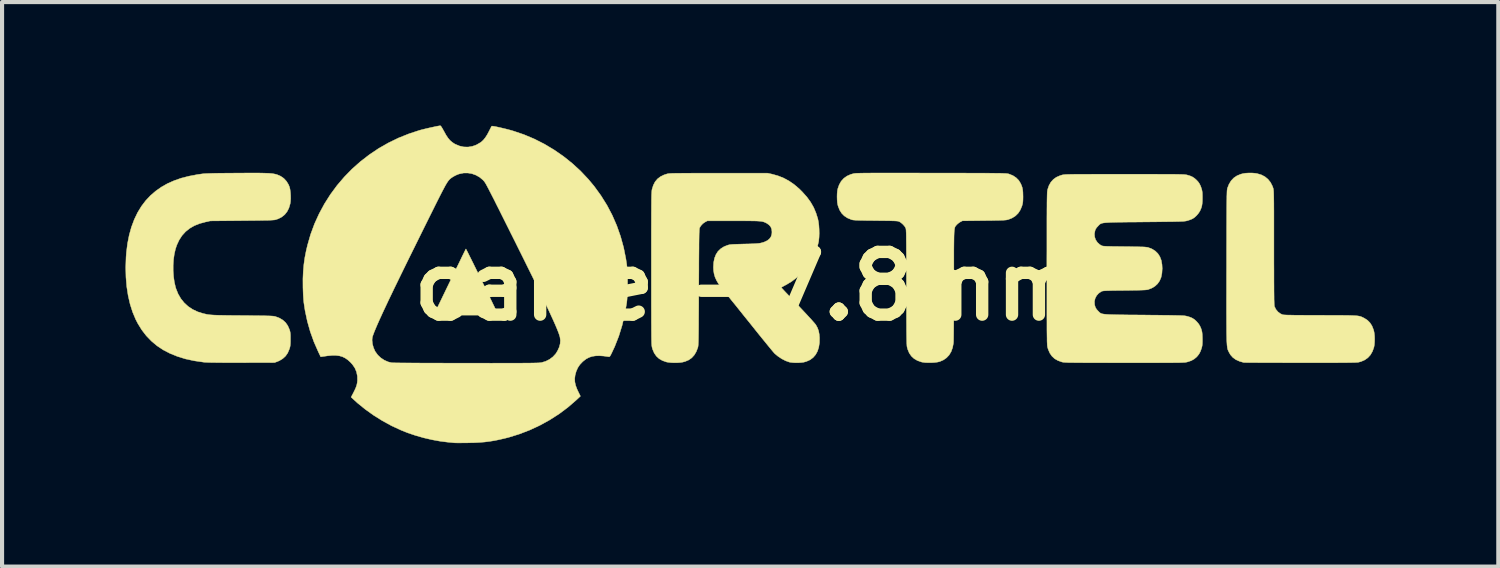
<source format=kicad_pcb>
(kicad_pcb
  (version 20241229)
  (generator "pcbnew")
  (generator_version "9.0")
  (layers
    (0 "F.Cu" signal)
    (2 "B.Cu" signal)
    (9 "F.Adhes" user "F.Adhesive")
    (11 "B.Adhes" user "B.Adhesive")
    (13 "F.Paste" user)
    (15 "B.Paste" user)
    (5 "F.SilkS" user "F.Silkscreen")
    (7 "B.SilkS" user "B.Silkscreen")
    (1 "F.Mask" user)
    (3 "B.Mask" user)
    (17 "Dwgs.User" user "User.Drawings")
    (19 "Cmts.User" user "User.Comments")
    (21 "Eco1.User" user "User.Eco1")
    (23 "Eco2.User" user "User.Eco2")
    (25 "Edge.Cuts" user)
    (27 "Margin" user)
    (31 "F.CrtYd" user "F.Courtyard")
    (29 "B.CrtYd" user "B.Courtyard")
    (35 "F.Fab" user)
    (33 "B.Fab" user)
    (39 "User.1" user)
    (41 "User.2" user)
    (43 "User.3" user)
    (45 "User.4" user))
  (footprint "cartel-7.8mm"
    (layer "F.Cu")
    (at 15.119 3.906)
    (property "Reference" "cartel-7.8mm" (at 0 0 0) (layer "F.SilkS") (effects (font (size 1.524 1.524) (thickness 0.3))))
    (attr through_hole)
    (fp_poly (pts (xy -6.843 -0.899) (xy -6.83 -0.875) (xy -6.809 -0.835) (xy -6.782 -0.781) (xy -6.75 -0.716) (xy -6.712 -0.64) (xy -6.67 -0.556) (xy -6.625 -0.464) (xy -6.577 -0.367) (xy -6.528 -0.266) (xy -6.477 -0.162) (xy -6.426 -0.057) (xy -6.375 0.047) (xy -6.326 0.148) (xy -6.279 0.246) (xy -6.234 0.338) (xy -6.193 0.423) (xy -6.156 0.499) (xy -6.125 0.565) (xy -6.099 0.619) (xy -6.08 0.66) (xy -6.069 0.686) (xy -6.066 0.695) (xy -6.075 0.696) (xy -6.104 0.697) (xy -6.15 0.698) (xy -6.212 0.698) (xy -6.287 0.699) (xy -6.375 0.7) (xy -6.475 0.7) (xy -6.583 0.701) (xy -6.7 0.701) (xy -6.823 0.701) (xy -6.847 0.701) (xy -7.629 0.701) (xy -7.535 0.505) (xy -7.465 0.361) (xy -7.397 0.22) (xy -7.33 0.081) (xy -7.265 -0.053) (xy -7.202 -0.182) (xy -7.143 -0.304) (xy -7.088 -0.418) (xy -7.036 -0.523) (xy -6.99 -0.618) (xy -6.95 -0.702) (xy -6.915 -0.773) (xy -6.887 -0.83) (xy -6.866 -0.872) (xy -6.853 -0.898) (xy -6.848 -0.907) (xy -6.843 -0.899)) (stroke (width 0.01) (type solid)) (fill yes) (layer "F.SilkS"))
    (fp_poly (pts (xy -11.917 -2.752) (xy -11.828 -2.751) (xy -11.753 -2.749) (xy -11.688 -2.747) (xy -11.633 -2.745) (xy -11.587 -2.741) (xy -11.547 -2.737) (xy -11.513 -2.731) (xy -11.483 -2.725) (xy -11.455 -2.718) (xy -11.438 -2.713) (xy -11.35 -2.675) (xy -11.273 -2.622) (xy -11.209 -2.553) (xy -11.159 -2.472) (xy -11.134 -2.41) (xy -11.121 -2.354) (xy -11.112 -2.283) (xy -11.107 -2.206) (xy -11.106 -2.128) (xy -11.111 -2.055) (xy -11.119 -2.002) (xy -11.149 -1.901) (xy -11.193 -1.814) (xy -11.25 -1.742) (xy -11.323 -1.683) (xy -11.409 -1.639) (xy -11.466 -1.62) (xy -11.479 -1.616) (xy -11.494 -1.613) (xy -11.514 -1.611) (xy -11.539 -1.609) (xy -11.57 -1.607) (xy -11.611 -1.605) (xy -11.66 -1.603) (xy -11.721 -1.602) (xy -11.795 -1.601) (xy -11.883 -1.599) (xy -11.986 -1.598) (xy -12.106 -1.597) (xy -12.244 -1.595) (xy -12.294 -1.595) (xy -13.061 -1.588) (xy -13.178 -1.562) (xy -13.321 -1.523) (xy -13.45 -1.471) (xy -13.563 -1.405) (xy -13.661 -1.326) (xy -13.745 -1.233) (xy -13.815 -1.126) (xy -13.872 -1.004) (xy -13.905 -0.906) (xy -13.933 -0.785) (xy -13.952 -0.653) (xy -13.961 -0.513) (xy -13.961 -0.371) (xy -13.951 -0.232) (xy -13.932 -0.099) (xy -13.904 0.021) (xy -13.894 0.054) (xy -13.842 0.184) (xy -13.775 0.3) (xy -13.693 0.402) (xy -13.597 0.49) (xy -13.487 0.563) (xy -13.364 0.621) (xy -13.239 0.66) (xy -13.206 0.668) (xy -13.176 0.675) (xy -13.147 0.682) (xy -13.117 0.687) (xy -13.084 0.691) (xy -13.048 0.695) (xy -13.005 0.698) (xy -12.955 0.701) (xy -12.896 0.703) (xy -12.826 0.705) (xy -12.744 0.706) (xy -12.648 0.708) (xy -12.536 0.709) (xy -12.407 0.71) (xy -12.283 0.711) (xy -12.141 0.712) (xy -12.017 0.714) (xy -11.91 0.715) (xy -11.82 0.716) (xy -11.743 0.717) (xy -11.68 0.719) (xy -11.629 0.72) (xy -11.587 0.722) (xy -11.554 0.724) (xy -11.528 0.726) (xy -11.508 0.729) (xy -11.492 0.732) (xy -11.478 0.735) (xy -11.476 0.736) (xy -11.378 0.773) (xy -11.296 0.822) (xy -11.229 0.883) (xy -11.176 0.959) (xy -11.137 1.048) (xy -11.132 1.061) (xy -11.123 1.093) (xy -11.117 1.123) (xy -11.113 1.157) (xy -11.111 1.199) (xy -11.111 1.254) (xy -11.111 1.29) (xy -11.111 1.353) (xy -11.113 1.4) (xy -11.116 1.436) (xy -11.121 1.467) (xy -11.128 1.496) (xy -11.139 1.529) (xy -11.178 1.621) (xy -11.231 1.697) (xy -11.299 1.759) (xy -11.381 1.809) (xy -11.431 1.83) (xy -11.496 1.854) (xy -12.299 1.856) (xy -12.46 1.856) (xy -12.602 1.856) (xy -12.726 1.856) (xy -12.834 1.855) (xy -12.926 1.854) (xy -13.004 1.853) (xy -13.07 1.852) (xy -13.124 1.85) (xy -13.168 1.848) (xy -13.203 1.846) (xy -13.223 1.844) (xy -13.449 1.811) (xy -13.659 1.766) (xy -13.855 1.706) (xy -14.036 1.633) (xy -14.202 1.547) (xy -14.354 1.446) (xy -14.491 1.331) (xy -14.615 1.202) (xy -14.725 1.059) (xy -14.822 0.901) (xy -14.873 0.802) (xy -14.947 0.625) (xy -15.008 0.433) (xy -15.055 0.228) (xy -15.089 0.01) (xy -15.108 -0.218) (xy -15.114 -0.456) (xy -15.106 -0.704) (xy -15.097 -0.823) (xy -15.07 -1.039) (xy -15.029 -1.245) (xy -14.975 -1.439) (xy -14.907 -1.621) (xy -14.826 -1.79) (xy -14.732 -1.945) (xy -14.626 -2.084) (xy -14.512 -2.205) (xy -14.384 -2.315) (xy -14.246 -2.412) (xy -14.098 -2.496) (xy -13.937 -2.567) (xy -13.763 -2.628) (xy -13.574 -2.676) (xy -13.369 -2.715) (xy -13.269 -2.729) (xy -13.239 -2.733) (xy -13.206 -2.736) (xy -13.166 -2.738) (xy -13.118 -2.74) (xy -13.062 -2.742) (xy -12.995 -2.744) (xy -12.915 -2.746) (xy -12.822 -2.747) (xy -12.713 -2.748) (xy -12.587 -2.749) (xy -12.443 -2.75) (xy -12.43 -2.75) (xy -12.275 -2.751) (xy -12.139 -2.752) (xy -12.02 -2.752) (xy -11.917 -2.752)) (stroke (width 0.01) (type solid)) (fill yes) (layer "F.SilkS"))
    (fp_poly (pts (xy 12.255 -2.752) (xy 12.329 -2.746) (xy 12.379 -2.738) (xy 12.48 -2.708) (xy 12.568 -2.662) (xy 12.643 -2.6) (xy 12.703 -2.525) (xy 12.75 -2.434) (xy 12.768 -2.382) (xy 12.771 -2.372) (xy 12.773 -2.361) (xy 12.775 -2.348) (xy 12.777 -2.33) (xy 12.779 -2.308) (xy 12.78 -2.28) (xy 12.781 -2.246) (xy 12.782 -2.203) (xy 12.783 -2.152) (xy 12.784 -2.09) (xy 12.785 -2.018) (xy 12.785 -1.933) (xy 12.786 -1.835) (xy 12.786 -1.724) (xy 12.786 -1.597) (xy 12.786 -1.453) (xy 12.786 -1.293) (xy 12.786 -1.114) (xy 12.786 -0.935) (xy 12.786 -0.734) (xy 12.786 -0.553) (xy 12.787 -0.391) (xy 12.787 -0.245) (xy 12.787 -0.117) (xy 12.788 -0.003) (xy 12.788 0.095) (xy 12.789 0.18) (xy 12.79 0.253) (xy 12.79 0.314) (xy 12.792 0.364) (xy 12.793 0.405) (xy 12.794 0.436) (xy 12.796 0.46) (xy 12.797 0.477) (xy 12.799 0.489) (xy 12.801 0.493) (xy 12.835 0.562) (xy 12.884 0.621) (xy 12.944 0.666) (xy 12.999 0.691) (xy 13.011 0.693) (xy 13.031 0.695) (xy 13.061 0.697) (xy 13.101 0.699) (xy 13.153 0.7) (xy 13.218 0.701) (xy 13.297 0.703) (xy 13.391 0.703) (xy 13.501 0.704) (xy 13.628 0.705) (xy 13.774 0.705) (xy 13.913 0.705) (xy 14.072 0.706) (xy 14.212 0.706) (xy 14.334 0.706) (xy 14.44 0.707) (xy 14.532 0.708) (xy 14.61 0.709) (xy 14.676 0.711) (xy 14.731 0.713) (xy 14.777 0.716) (xy 14.815 0.719) (xy 14.847 0.724) (xy 14.874 0.729) (xy 14.897 0.736) (xy 14.917 0.744) (xy 14.937 0.753) (xy 14.957 0.763) (xy 14.979 0.774) (xy 14.988 0.779) (xy 15.061 0.827) (xy 15.121 0.888) (xy 15.169 0.962) (xy 15.205 1.053) (xy 15.215 1.087) (xy 15.225 1.14) (xy 15.232 1.207) (xy 15.234 1.281) (xy 15.232 1.355) (xy 15.227 1.423) (xy 15.217 1.479) (xy 15.216 1.483) (xy 15.181 1.582) (xy 15.132 1.667) (xy 15.07 1.736) (xy 14.994 1.79) (xy 14.905 1.829) (xy 14.845 1.845) (xy 14.833 1.847) (xy 14.815 1.849) (xy 14.791 1.85) (xy 14.761 1.852) (xy 14.722 1.853) (xy 14.674 1.854) (xy 14.616 1.855) (xy 14.547 1.856) (xy 14.466 1.857) (xy 14.372 1.857) (xy 14.263 1.858) (xy 14.14 1.858) (xy 14.001 1.858) (xy 13.844 1.858) (xy 13.67 1.858) (xy 13.476 1.858) (xy 13.426 1.858) (xy 13.262 1.858) (xy 13.103 1.858) (xy 12.951 1.857) (xy 12.806 1.857) (xy 12.671 1.857) (xy 12.546 1.856) (xy 12.432 1.856) (xy 12.331 1.855) (xy 12.244 1.855) (xy 12.171 1.854) (xy 12.116 1.854) (xy 12.077 1.853) (xy 12.057 1.853) (xy 12.055 1.853) (xy 11.95 1.823) (xy 11.861 1.783) (xy 11.788 1.73) (xy 11.73 1.665) (xy 11.693 1.6) (xy 11.686 1.585) (xy 11.679 1.571) (xy 11.673 1.557) (xy 11.667 1.543) (xy 11.662 1.527) (xy 11.658 1.508) (xy 11.654 1.487) (xy 11.651 1.46) (xy 11.647 1.429) (xy 11.645 1.392) (xy 11.642 1.348) (xy 11.64 1.296) (xy 11.639 1.235) (xy 11.637 1.164) (xy 11.636 1.083) (xy 11.636 0.991) (xy 11.635 0.886) (xy 11.635 0.768) (xy 11.634 0.636) (xy 11.634 0.489) (xy 11.634 0.326) (xy 11.635 0.146) (xy 11.635 -0.052) (xy 11.635 -0.268) (xy 11.636 -0.478) (xy 11.636 -0.706) (xy 11.636 -0.914) (xy 11.637 -1.104) (xy 11.637 -1.277) (xy 11.637 -1.432) (xy 11.638 -1.572) (xy 11.638 -1.697) (xy 11.639 -1.808) (xy 11.639 -1.905) (xy 11.64 -1.99) (xy 11.641 -2.064) (xy 11.642 -2.128) (xy 11.642 -2.182) (xy 11.644 -2.227) (xy 11.645 -2.264) (xy 11.646 -2.295) (xy 11.647 -2.319) (xy 11.649 -2.339) (xy 11.651 -2.354) (xy 11.653 -2.366) (xy 11.655 -2.375) (xy 11.656 -2.381) (xy 11.695 -2.48) (xy 11.746 -2.564) (xy 11.81 -2.632) (xy 11.888 -2.685) (xy 11.979 -2.723) (xy 12.037 -2.738) (xy 12.101 -2.748) (xy 12.176 -2.752) (xy 12.255 -2.752)) (stroke (width 0.01) (type solid)) (fill yes) (layer "F.SilkS"))
    (fp_poly (pts (xy 3.67 -2.752) (xy 3.842 -2.752) (xy 4.031 -2.752) (xy 4.239 -2.751) (xy 4.465 -2.751) (xy 4.691 -2.751) (xy 4.897 -2.75) (xy 5.084 -2.75) (xy 5.254 -2.75) (xy 5.408 -2.749) (xy 5.545 -2.749) (xy 5.668 -2.749) (xy 5.776 -2.748) (xy 5.872 -2.748) (xy 5.956 -2.747) (xy 6.028 -2.746) (xy 6.09 -2.745) (xy 6.142 -2.745) (xy 6.187 -2.744) (xy 6.223 -2.742) (xy 6.253 -2.741) (xy 6.277 -2.74) (xy 6.296 -2.738) (xy 6.311 -2.736) (xy 6.324 -2.734) (xy 6.334 -2.732) (xy 6.342 -2.73) (xy 6.351 -2.727) (xy 6.351 -2.727) (xy 6.445 -2.689) (xy 6.523 -2.637) (xy 6.586 -2.573) (xy 6.633 -2.496) (xy 6.633 -2.496) (xy 6.655 -2.445) (xy 6.671 -2.397) (xy 6.681 -2.346) (xy 6.687 -2.289) (xy 6.689 -2.218) (xy 6.69 -2.174) (xy 6.689 -2.113) (xy 6.687 -2.067) (xy 6.683 -2.03) (xy 6.677 -1.998) (xy 6.668 -1.966) (xy 6.663 -1.948) (xy 6.623 -1.853) (xy 6.571 -1.774) (xy 6.506 -1.71) (xy 6.427 -1.66) (xy 6.333 -1.622) (xy 6.324 -1.62) (xy 6.308 -1.616) (xy 6.29 -1.612) (xy 6.267 -1.609) (xy 6.237 -1.607) (xy 6.199 -1.604) (xy 6.151 -1.603) (xy 6.091 -1.601) (xy 6.017 -1.6) (xy 5.928 -1.598) (xy 5.822 -1.597) (xy 5.74 -1.596) (xy 5.217 -1.59) (xy 5.165 -1.563) (xy 5.127 -1.538) (xy 5.091 -1.508) (xy 5.077 -1.493) (xy 5.067 -1.482) (xy 5.058 -1.472) (xy 5.051 -1.463) (xy 5.044 -1.453) (xy 5.038 -1.441) (xy 5.032 -1.426) (xy 5.028 -1.407) (xy 5.024 -1.383) (xy 5.02 -1.353) (xy 5.017 -1.316) (xy 5.015 -1.271) (xy 5.013 -1.216) (xy 5.012 -1.151) (xy 5.011 -1.075) (xy 5.01 -0.986) (xy 5.009 -0.884) (xy 5.009 -0.767) (xy 5.009 -0.635) (xy 5.009 -0.486) (xy 5.009 -0.319) (xy 5.009 -0.134) (xy 5.009 -0.031) (xy 5.009 0.155) (xy 5.008 0.332) (xy 5.008 0.499) (xy 5.008 0.654) (xy 5.007 0.797) (xy 5.006 0.927) (xy 5.005 1.043) (xy 5.004 1.143) (xy 5.003 1.228) (xy 5.002 1.295) (xy 5.001 1.344) (xy 4.999 1.374) (xy 4.999 1.381) (xy 4.978 1.492) (xy 4.943 1.589) (xy 4.894 1.671) (xy 4.83 1.739) (xy 4.753 1.792) (xy 4.666 1.83) (xy 4.61 1.843) (xy 4.541 1.852) (xy 4.463 1.857) (xy 4.384 1.857) (xy 4.309 1.854) (xy 4.245 1.845) (xy 4.218 1.839) (xy 4.122 1.805) (xy 4.042 1.758) (xy 3.977 1.698) (xy 3.925 1.623) (xy 3.888 1.534) (xy 3.875 1.487) (xy 3.872 1.475) (xy 3.87 1.461) (xy 3.868 1.444) (xy 3.867 1.421) (xy 3.865 1.393) (xy 3.864 1.358) (xy 3.863 1.315) (xy 3.862 1.263) (xy 3.861 1.202) (xy 3.86 1.129) (xy 3.859 1.045) (xy 3.859 0.947) (xy 3.858 0.835) (xy 3.858 0.709) (xy 3.858 0.566) (xy 3.857 0.406) (xy 3.857 0.227) (xy 3.857 0.03) (xy 3.857 0.02) (xy 3.857 -0.177) (xy 3.857 -0.355) (xy 3.856 -0.515) (xy 3.856 -0.658) (xy 3.856 -0.784) (xy 3.855 -0.895) (xy 3.855 -0.992) (xy 3.854 -1.076) (xy 3.853 -1.147) (xy 3.853 -1.208) (xy 3.852 -1.258) (xy 3.851 -1.299) (xy 3.849 -1.332) (xy 3.848 -1.358) (xy 3.846 -1.378) (xy 3.844 -1.392) (xy 3.842 -1.403) (xy 3.84 -1.411) (xy 3.839 -1.414) (xy 3.811 -1.46) (xy 3.77 -1.506) (xy 3.724 -1.545) (xy 3.69 -1.567) (xy 3.679 -1.572) (xy 3.668 -1.576) (xy 3.655 -1.58) (xy 3.639 -1.583) (xy 3.618 -1.585) (xy 3.589 -1.587) (xy 3.551 -1.589) (xy 3.503 -1.59) (xy 3.442 -1.592) (xy 3.367 -1.593) (xy 3.276 -1.594) (xy 3.168 -1.595) (xy 3.109 -1.596) (xy 2.989 -1.597) (xy 2.889 -1.598) (xy 2.804 -1.6) (xy 2.735 -1.601) (xy 2.679 -1.603) (xy 2.634 -1.604) (xy 2.599 -1.607) (xy 2.572 -1.609) (xy 2.551 -1.612) (xy 2.535 -1.615) (xy 2.52 -1.62) (xy 2.52 -1.62) (xy 2.424 -1.659) (xy 2.345 -1.711) (xy 2.282 -1.775) (xy 2.233 -1.853) (xy 2.197 -1.946) (xy 2.188 -1.978) (xy 2.178 -2.034) (xy 2.173 -2.103) (xy 2.171 -2.177) (xy 2.173 -2.251) (xy 2.179 -2.318) (xy 2.188 -2.367) (xy 2.223 -2.467) (xy 2.271 -2.552) (xy 2.334 -2.622) (xy 2.411 -2.677) (xy 2.502 -2.718) (xy 2.57 -2.737) (xy 2.581 -2.739) (xy 2.594 -2.741) (xy 2.61 -2.743) (xy 2.63 -2.745) (xy 2.655 -2.746) (xy 2.686 -2.747) (xy 2.724 -2.748) (xy 2.769 -2.749) (xy 2.823 -2.75) (xy 2.886 -2.751) (xy 2.96 -2.751) (xy 3.045 -2.752) (xy 3.142 -2.752) (xy 3.252 -2.752) (xy 3.377 -2.752) (xy 3.516 -2.752) (xy 3.67 -2.752)) (stroke (width 0.01) (type solid)) (fill yes) (layer "F.SilkS"))
    (fp_poly (pts (xy 0.589 -2.725) (xy 0.736 -2.684) (xy 0.874 -2.629) (xy 1.005 -2.558) (xy 1.132 -2.47) (xy 1.256 -2.364) (xy 1.327 -2.293) (xy 1.437 -2.17) (xy 1.528 -2.045) (xy 1.602 -1.916) (xy 1.66 -1.778) (xy 1.703 -1.641) (xy 1.718 -1.567) (xy 1.729 -1.479) (xy 1.735 -1.384) (xy 1.737 -1.287) (xy 1.734 -1.194) (xy 1.726 -1.111) (xy 1.723 -1.087) (xy 1.687 -0.934) (xy 1.634 -0.788) (xy 1.564 -0.648) (xy 1.475 -0.513) (xy 1.367 -0.381) (xy 1.326 -0.337) (xy 1.202 -0.22) (xy 1.072 -0.12) (xy 0.939 -0.039) (xy 0.921 -0.03) (xy 0.88 -0.008) (xy 0.846 0.011) (xy 0.823 0.025) (xy 0.815 0.031) (xy 0.815 0.032) (xy 0.823 0.04) (xy 0.843 0.061) (xy 0.874 0.095) (xy 0.916 0.14) (xy 0.967 0.193) (xy 1.025 0.255) (xy 1.091 0.324) (xy 1.161 0.398) (xy 1.218 0.458) (xy 1.293 0.537) (xy 1.365 0.614) (xy 1.432 0.685) (xy 1.492 0.751) (xy 1.546 0.809) (xy 1.59 0.859) (xy 1.624 0.898) (xy 1.646 0.924) (xy 1.654 0.935) (xy 1.694 1.007) (xy 1.722 1.083) (xy 1.738 1.168) (xy 1.745 1.25) (xy 1.743 1.373) (xy 1.726 1.483) (xy 1.695 1.579) (xy 1.649 1.663) (xy 1.589 1.732) (xy 1.516 1.787) (xy 1.429 1.826) (xy 1.363 1.845) (xy 1.305 1.853) (xy 1.237 1.858) (xy 1.166 1.859) (xy 1.097 1.855) (xy 1.038 1.848) (xy 1.012 1.843) (xy 0.919 1.81) (xy 0.823 1.76) (xy 0.727 1.695) (xy 0.657 1.636) (xy 0.644 1.623) (xy 0.62 1.595) (xy 0.586 1.554) (xy 0.541 1.5) (xy 0.488 1.435) (xy 0.428 1.361) (xy 0.36 1.278) (xy 0.287 1.188) (xy 0.21 1.092) (xy 0.129 0.991) (xy 0.068 0.914) (xy -0.017 0.809) (xy -0.1 0.706) (xy -0.179 0.607) (xy -0.254 0.513) (xy -0.324 0.426) (xy -0.388 0.348) (xy -0.443 0.279) (xy -0.491 0.22) (xy -0.528 0.175) (xy -0.555 0.142) (xy -0.565 0.13) (xy -0.645 0.032) (xy -0.708 -0.058) (xy -0.758 -0.142) (xy -0.794 -0.222) (xy -0.817 -0.302) (xy -0.83 -0.384) (xy -0.834 -0.462) (xy -0.827 -0.581) (xy -0.806 -0.685) (xy -0.77 -0.774) (xy -0.721 -0.85) (xy -0.656 -0.912) (xy -0.577 -0.962) (xy -0.493 -0.996) (xy -0.472 -1.002) (xy -0.451 -1.008) (xy -0.427 -1.012) (xy -0.398 -1.015) (xy -0.362 -1.018) (xy -0.315 -1.02) (xy -0.256 -1.022) (xy -0.181 -1.024) (xy -0.089 -1.027) (xy -0.086 -1.027) (xy 0.018 -1.029) (xy 0.104 -1.032) (xy 0.174 -1.035) (xy 0.229 -1.039) (xy 0.272 -1.043) (xy 0.305 -1.048) (xy 0.319 -1.051) (xy 0.407 -1.077) (xy 0.478 -1.111) (xy 0.53 -1.154) (xy 0.566 -1.205) (xy 0.585 -1.266) (xy 0.589 -1.318) (xy 0.582 -1.387) (xy 0.559 -1.444) (xy 0.519 -1.491) (xy 0.462 -1.531) (xy 0.46 -1.532) (xy 0.438 -1.543) (xy 0.417 -1.553) (xy 0.397 -1.561) (xy 0.374 -1.568) (xy 0.349 -1.574) (xy 0.318 -1.579) (xy 0.281 -1.582) (xy 0.235 -1.585) (xy 0.179 -1.587) (xy 0.112 -1.588) (xy 0.031 -1.589) (xy -0.064 -1.59) (xy -0.176 -1.59) (xy -0.307 -1.59) (xy -0.98 -1.59) (xy -1.032 -1.563) (xy -1.09 -1.523) (xy -1.138 -1.471) (xy -1.167 -1.423) (xy -1.169 -1.417) (xy -1.172 -1.407) (xy -1.174 -1.394) (xy -1.175 -1.375) (xy -1.177 -1.351) (xy -1.178 -1.32) (xy -1.18 -1.28) (xy -1.181 -1.232) (xy -1.182 -1.174) (xy -1.183 -1.104) (xy -1.184 -1.023) (xy -1.184 -0.929) (xy -1.185 -0.82) (xy -1.186 -0.697) (xy -1.187 -0.558) (xy -1.187 -0.401) (xy -1.188 -0.227) (xy -1.189 -0.033) (xy -1.189 0.02) (xy -1.19 0.218) (xy -1.19 0.397) (xy -1.191 0.558) (xy -1.192 0.701) (xy -1.193 0.828) (xy -1.193 0.94) (xy -1.194 1.038) (xy -1.195 1.123) (xy -1.196 1.196) (xy -1.197 1.258) (xy -1.198 1.31) (xy -1.199 1.352) (xy -1.201 1.388) (xy -1.202 1.416) (xy -1.204 1.438) (xy -1.206 1.456) (xy -1.208 1.469) (xy -1.21 1.48) (xy -1.212 1.488) (xy -1.25 1.588) (xy -1.299 1.671) (xy -1.36 1.739) (xy -1.434 1.791) (xy -1.521 1.828) (xy -1.582 1.844) (xy -1.643 1.853) (xy -1.715 1.858) (xy -1.793 1.859) (xy -1.869 1.855) (xy -1.937 1.847) (xy -1.979 1.839) (xy -2.074 1.805) (xy -2.154 1.759) (xy -2.22 1.698) (xy -2.272 1.623) (xy -2.311 1.532) (xy -2.324 1.486) (xy -2.326 1.476) (xy -2.328 1.465) (xy -2.33 1.451) (xy -2.332 1.434) (xy -2.333 1.412) (xy -2.335 1.385) (xy -2.336 1.351) (xy -2.337 1.311) (xy -2.338 1.262) (xy -2.339 1.205) (xy -2.339 1.137) (xy -2.34 1.059) (xy -2.34 0.969) (xy -2.341 0.867) (xy -2.341 0.751) (xy -2.341 0.621) (xy -2.342 0.475) (xy -2.342 0.314) (xy -2.342 0.135) (xy -2.342 -0.061) (xy -2.342 -0.277) (xy -2.342 -0.432) (xy -2.342 -0.66) (xy -2.342 -0.869) (xy -2.342 -1.059) (xy -2.342 -1.231) (xy -2.342 -1.387) (xy -2.341 -1.527) (xy -2.341 -1.652) (xy -2.341 -1.764) (xy -2.34 -1.862) (xy -2.34 -1.948) (xy -2.339 -2.022) (xy -2.339 -2.087) (xy -2.338 -2.142) (xy -2.337 -2.188) (xy -2.336 -2.227) (xy -2.334 -2.258) (xy -2.333 -2.285) (xy -2.331 -2.306) (xy -2.33 -2.323) (xy -2.328 -2.337) (xy -2.326 -2.349) (xy -2.324 -2.359) (xy -2.324 -2.359) (xy -2.293 -2.457) (xy -2.25 -2.54) (xy -2.193 -2.608) (xy -2.122 -2.663) (xy -2.035 -2.706) (xy -1.961 -2.73) (xy -1.95 -2.733) (xy -1.937 -2.735) (xy -1.922 -2.738) (xy -1.903 -2.739) (xy -1.879 -2.741) (xy -1.849 -2.743) (xy -1.812 -2.744) (xy -1.766 -2.745) (xy -1.711 -2.746) (xy -1.645 -2.746) (xy -1.567 -2.747) (xy -1.476 -2.747) (xy -1.371 -2.748) (xy -1.251 -2.748) (xy -1.115 -2.748) (xy -0.961 -2.748) (xy -0.788 -2.748) (xy -0.706 -2.748) (xy 0.483 -2.748) (xy 0.589 -2.725)) (stroke (width 0.01) (type solid)) (fill yes) (layer "F.SilkS"))
    (fp_poly (pts (xy -7.457 -3.892) (xy -7.439 -3.867) (xy -7.415 -3.827) (xy -7.385 -3.773) (xy -7.376 -3.757) (xy -7.329 -3.672) (xy -7.283 -3.603) (xy -7.237 -3.548) (xy -7.187 -3.504) (xy -7.132 -3.466) (xy -7.106 -3.452) (xy -7.004 -3.409) (xy -6.9 -3.386) (xy -6.796 -3.383) (xy -6.692 -3.4) (xy -6.592 -3.436) (xy -6.495 -3.492) (xy -6.475 -3.506) (xy -6.426 -3.551) (xy -6.377 -3.611) (xy -6.327 -3.689) (xy -6.279 -3.78) (xy -6.258 -3.822) (xy -6.24 -3.857) (xy -6.227 -3.881) (xy -6.222 -3.89) (xy -6.209 -3.892) (xy -6.18 -3.888) (xy -6.136 -3.881) (xy -6.082 -3.87) (xy -6.019 -3.856) (xy -5.951 -3.84) (xy -5.88 -3.823) (xy -5.81 -3.805) (xy -5.743 -3.787) (xy -5.696 -3.773) (xy -5.439 -3.686) (xy -5.187 -3.58) (xy -4.942 -3.456) (xy -4.706 -3.315) (xy -4.479 -3.158) (xy -4.264 -2.986) (xy -4.062 -2.801) (xy -3.874 -2.602) (xy -3.733 -2.433) (xy -3.568 -2.206) (xy -3.421 -1.971) (xy -3.293 -1.728) (xy -3.183 -1.476) (xy -3.091 -1.215) (xy -3.016 -0.944) (xy -2.96 -0.664) (xy -2.94 -0.528) (xy -2.932 -0.46) (xy -2.927 -0.375) (xy -2.923 -0.278) (xy -2.92 -0.173) (xy -2.92 -0.064) (xy -2.92 0.045) (xy -2.923 0.15) (xy -2.927 0.246) (xy -2.933 0.331) (xy -2.94 0.396) (xy -2.987 0.679) (xy -3.052 0.951) (xy -3.133 1.213) (xy -3.232 1.465) (xy -3.313 1.638) (xy -3.333 1.676) (xy -3.347 1.699) (xy -3.358 1.71) (xy -3.37 1.713) (xy -3.381 1.712) (xy -3.501 1.695) (xy -3.607 1.688) (xy -3.698 1.691) (xy -3.78 1.704) (xy -3.853 1.728) (xy -3.921 1.763) (xy -3.985 1.811) (xy -4.014 1.836) (xy -4.079 1.905) (xy -4.128 1.978) (xy -4.165 2.061) (xy -4.17 2.075) (xy -4.194 2.163) (xy -4.204 2.246) (xy -4.2 2.327) (xy -4.181 2.411) (xy -4.147 2.502) (xy -4.124 2.551) (xy -4.065 2.671) (xy -4.169 2.768) (xy -4.369 2.941) (xy -4.584 3.102) (xy -4.812 3.248) (xy -5.05 3.379) (xy -5.297 3.494) (xy -5.552 3.592) (xy -5.811 3.672) (xy -5.894 3.693) (xy -6.028 3.724) (xy -6.152 3.75) (xy -6.271 3.769) (xy -6.389 3.784) (xy -6.512 3.794) (xy -6.645 3.801) (xy -6.793 3.804) (xy -6.807 3.805) (xy -6.884 3.805) (xy -6.955 3.806) (xy -7.019 3.806) (xy -7.071 3.806) (xy -7.11 3.805) (xy -7.131 3.804) (xy -7.132 3.804) (xy -7.157 3.801) (xy -7.196 3.797) (xy -7.244 3.793) (xy -7.285 3.789) (xy -7.474 3.765) (xy -7.672 3.729) (xy -7.874 3.682) (xy -8.074 3.625) (xy -8.266 3.56) (xy -8.421 3.498) (xy -8.651 3.392) (xy -8.874 3.27) (xy -9.089 3.136) (xy -9.292 2.991) (xy -9.481 2.838) (xy -9.566 2.76) (xy -9.637 2.694) (xy -9.583 2.591) (xy -9.546 2.517) (xy -9.519 2.455) (xy -9.5 2.399) (xy -9.489 2.346) (xy -9.483 2.291) (xy -9.485 2.183) (xy -9.506 2.081) (xy -9.546 1.986) (xy -9.606 1.899) (xy -9.651 1.849) (xy -9.716 1.79) (xy -9.782 1.744) (xy -9.85 1.711) (xy -9.924 1.69) (xy -10.006 1.68) (xy -10.1 1.68) (xy -10.208 1.69) (xy -10.25 1.696) (xy -10.376 1.714) (xy -10.435 1.591) (xy -10.542 1.348) (xy -10.551 1.321) (xy -9.127 1.321) (xy -9.118 1.404) (xy -9.094 1.491) (xy -9.057 1.575) (xy -9.047 1.592) (xy -8.989 1.671) (xy -8.916 1.74) (xy -8.831 1.796) (xy -8.738 1.837) (xy -8.653 1.858) (xy -8.637 1.859) (xy -8.602 1.86) (xy -8.549 1.861) (xy -8.479 1.862) (xy -8.393 1.863) (xy -8.292 1.864) (xy -8.177 1.864) (xy -8.049 1.865) (xy -7.91 1.866) (xy -7.759 1.866) (xy -7.6 1.867) (xy -7.432 1.867) (xy -7.256 1.868) (xy -7.074 1.868) (xy -6.887 1.868) (xy -6.845 1.868) (xy -6.621 1.868) (xy -6.416 1.868) (xy -6.23 1.869) (xy -6.062 1.868) (xy -5.91 1.868) (xy -5.774 1.868) (xy -5.653 1.868) (xy -5.545 1.868) (xy -5.451 1.867) (xy -5.369 1.867) (xy -5.298 1.866) (xy -5.237 1.865) (xy -5.185 1.864) (xy -5.142 1.863) (xy -5.107 1.862) (xy -5.078 1.861) (xy -5.055 1.859) (xy -5.037 1.857) (xy -5.022 1.855) (xy -5.011 1.854) (xy -4.908 1.823) (xy -4.815 1.776) (xy -4.733 1.714) (xy -4.664 1.639) (xy -4.621 1.569) (xy -4.58 1.48) (xy -4.558 1.397) (xy -4.552 1.316) (xy -4.563 1.232) (xy -4.589 1.15) (xy -4.61 1.095) (xy -4.634 1.034) (xy -4.663 0.966) (xy -4.696 0.89) (xy -4.734 0.805) (xy -4.777 0.712) (xy -4.825 0.608) (xy -4.879 0.493) (xy -4.939 0.368) (xy -5.005 0.23) (xy -5.079 0.079) (xy -5.159 -0.085) (xy -5.246 -0.263) (xy -5.342 -0.456) (xy -5.445 -0.665) (xy -5.557 -0.89) (xy -5.677 -1.132) (xy -5.747 -1.271) (xy -5.834 -1.446) (xy -5.913 -1.604) (xy -5.984 -1.746) (xy -6.047 -1.873) (xy -6.104 -1.985) (xy -6.153 -2.084) (xy -6.197 -2.17) (xy -6.235 -2.244) (xy -6.268 -2.308) (xy -6.296 -2.363) (xy -6.32 -2.408) (xy -6.34 -2.446) (xy -6.357 -2.477) (xy -6.372 -2.502) (xy -6.384 -2.522) (xy -6.395 -2.538) (xy -6.405 -2.551) (xy -6.414 -2.561) (xy -6.423 -2.571) (xy -6.432 -2.58) (xy -6.433 -2.582) (xy -6.514 -2.65) (xy -6.604 -2.701) (xy -6.701 -2.736) (xy -6.802 -2.753) (xy -6.904 -2.752) (xy -7.005 -2.731) (xy -7.026 -2.725) (xy -7.074 -2.706) (xy -7.123 -2.682) (xy -7.163 -2.659) (xy -7.166 -2.658) (xy -7.187 -2.643) (xy -7.207 -2.63) (xy -7.225 -2.615) (xy -7.243 -2.599) (xy -7.26 -2.58) (xy -7.279 -2.557) (xy -7.299 -2.528) (xy -7.321 -2.493) (xy -7.346 -2.45) (xy -7.374 -2.398) (xy -7.407 -2.336) (xy -7.445 -2.263) (xy -7.489 -2.177) (xy -7.539 -2.078) (xy -7.596 -1.964) (xy -7.661 -1.833) (xy -7.719 -1.717) (xy -7.857 -1.439) (xy -7.986 -1.178) (xy -8.106 -0.935) (xy -8.219 -0.707) (xy -8.323 -0.495) (xy -8.419 -0.299) (xy -8.508 -0.116) (xy -8.59 0.052) (xy -8.664 0.207) (xy -8.733 0.35) (xy -8.794 0.48) (xy -8.85 0.599) (xy -8.9 0.708) (xy -8.945 0.806) (xy -8.984 0.894) (xy -9.019 0.974) (xy -9.049 1.045) (xy -9.075 1.108) (xy -9.086 1.138) (xy -9.105 1.189) (xy -9.118 1.227) (xy -9.124 1.26) (xy -9.127 1.294) (xy -9.127 1.321) (xy -10.551 1.321) (xy -10.63 1.102) (xy -10.701 0.851) (xy -10.756 0.592) (xy -10.786 0.396) (xy -10.791 0.345) (xy -10.796 0.278) (xy -10.801 0.2) (xy -10.804 0.115) (xy -10.807 0.029) (xy -10.807 0.01) (xy -10.808 -0.182) (xy -10.8 -0.361) (xy -10.785 -0.532) (xy -10.761 -0.7) (xy -10.727 -0.872) (xy -10.697 -0.998) (xy -10.621 -1.262) (xy -10.526 -1.519) (xy -10.413 -1.766) (xy -10.284 -2.005) (xy -10.139 -2.233) (xy -9.978 -2.451) (xy -9.803 -2.656) (xy -9.614 -2.85) (xy -9.411 -3.03) (xy -9.196 -3.196) (xy -8.97 -3.348) (xy -8.732 -3.484) (xy -8.485 -3.604) (xy -8.227 -3.707) (xy -7.986 -3.786) (xy -7.936 -3.8) (xy -7.877 -3.815) (xy -7.811 -3.831) (xy -7.742 -3.847) (xy -7.674 -3.862) (xy -7.609 -3.876) (xy -7.553 -3.888) (xy -7.507 -3.896) (xy -7.476 -3.901) (xy -7.468 -3.901) (xy -7.457 -3.892)) (stroke (width 0.01) (type solid)) (fill yes) (layer "F.SilkS"))
    (fp_poly (pts (xy 9.359 -2.723) (xy 9.54 -2.723) (xy 9.703 -2.723) (xy 9.848 -2.723) (xy 9.978 -2.722) (xy 10.092 -2.722) (xy 10.192 -2.722) (xy 10.279 -2.721) (xy 10.354 -2.721) (xy 10.418 -2.72) (xy 10.472 -2.719) (xy 10.517 -2.718) (xy 10.554 -2.717) (xy 10.585 -2.716) (xy 10.609 -2.714) (xy 10.629 -2.712) (xy 10.645 -2.71) (xy 10.659 -2.708) (xy 10.67 -2.706) (xy 10.681 -2.703) (xy 10.751 -2.682) (xy 10.807 -2.657) (xy 10.857 -2.624) (xy 10.898 -2.588) (xy 10.943 -2.541) (xy 10.977 -2.492) (xy 11.005 -2.435) (xy 11.025 -2.377) (xy 11.035 -2.344) (xy 11.041 -2.313) (xy 11.046 -2.278) (xy 11.048 -2.236) (xy 11.049 -2.181) (xy 11.049 -2.149) (xy 11.048 -2.07) (xy 11.043 -2.006) (xy 11.035 -1.953) (xy 11.021 -1.904) (xy 11.001 -1.856) (xy 10.986 -1.825) (xy 10.952 -1.772) (xy 10.907 -1.719) (xy 10.856 -1.672) (xy 10.811 -1.642) (xy 10.776 -1.626) (xy 10.73 -1.609) (xy 10.684 -1.594) (xy 10.681 -1.594) (xy 10.668 -1.59) (xy 10.653 -1.587) (xy 10.637 -1.584) (xy 10.618 -1.582) (xy 10.595 -1.579) (xy 10.567 -1.577) (xy 10.531 -1.576) (xy 10.487 -1.574) (xy 10.434 -1.573) (xy 10.37 -1.571) (xy 10.293 -1.57) (xy 10.203 -1.569) (xy 10.099 -1.568) (xy 9.978 -1.566) (xy 9.84 -1.565) (xy 9.684 -1.563) (xy 9.642 -1.563) (xy 9.474 -1.561) (xy 9.325 -1.56) (xy 9.194 -1.559) (xy 9.08 -1.557) (xy 8.98 -1.556) (xy 8.895 -1.554) (xy 8.823 -1.552) (xy 8.763 -1.549) (xy 8.713 -1.546) (xy 8.672 -1.542) (xy 8.639 -1.538) (xy 8.612 -1.532) (xy 8.591 -1.525) (xy 8.574 -1.518) (xy 8.56 -1.509) (xy 8.548 -1.499) (xy 8.536 -1.487) (xy 8.523 -1.474) (xy 8.515 -1.465) (xy 8.479 -1.426) (xy 8.456 -1.392) (xy 8.44 -1.353) (xy 8.439 -1.348) (xy 8.425 -1.272) (xy 8.431 -1.199) (xy 8.454 -1.13) (xy 8.495 -1.068) (xy 8.55 -1.017) (xy 8.588 -0.993) (xy 8.598 -0.988) (xy 8.608 -0.984) (xy 8.62 -0.98) (xy 8.637 -0.977) (xy 8.658 -0.975) (xy 8.688 -0.973) (xy 8.726 -0.971) (xy 8.775 -0.97) (xy 8.837 -0.968) (xy 8.914 -0.967) (xy 9.006 -0.966) (xy 9.117 -0.965) (xy 9.154 -0.964) (xy 9.275 -0.963) (xy 9.376 -0.961) (xy 9.461 -0.96) (xy 9.531 -0.958) (xy 9.588 -0.957) (xy 9.633 -0.955) (xy 9.668 -0.952) (xy 9.694 -0.949) (xy 9.715 -0.946) (xy 9.73 -0.943) (xy 9.732 -0.942) (xy 9.826 -0.905) (xy 9.904 -0.856) (xy 9.967 -0.794) (xy 10.015 -0.719) (xy 10.049 -0.63) (xy 10.067 -0.526) (xy 10.072 -0.432) (xy 10.065 -0.318) (xy 10.045 -0.218) (xy 10.009 -0.132) (xy 9.959 -0.06) (xy 9.894 -0.0003) (xy 9.814 0.047) (xy 9.728 0.08) (xy 9.713 0.083) (xy 9.692 0.086) (xy 9.664 0.089) (xy 9.627 0.091) (xy 9.579 0.093) (xy 9.518 0.095) (xy 9.443 0.097) (xy 9.353 0.098) (xy 9.245 0.1) (xy 9.154 0.101) (xy 9.038 0.102) (xy 8.94 0.103) (xy 8.859 0.104) (xy 8.792 0.106) (xy 8.74 0.107) (xy 8.698 0.109) (xy 8.666 0.111) (xy 8.643 0.113) (xy 8.625 0.116) (xy 8.612 0.119) (xy 8.601 0.123) (xy 8.591 0.128) (xy 8.588 0.13) (xy 8.524 0.174) (xy 8.475 0.231) (xy 8.442 0.296) (xy 8.426 0.367) (xy 8.429 0.442) (xy 8.439 0.484) (xy 8.454 0.523) (xy 8.476 0.558) (xy 8.509 0.596) (xy 8.515 0.601) (xy 8.528 0.615) (xy 8.541 0.628) (xy 8.553 0.639) (xy 8.565 0.649) (xy 8.58 0.657) (xy 8.599 0.665) (xy 8.622 0.671) (xy 8.651 0.676) (xy 8.687 0.68) (xy 8.731 0.684) (xy 8.785 0.687) (xy 8.85 0.689) (xy 8.927 0.691) (xy 9.018 0.693) (xy 9.123 0.694) (xy 9.243 0.696) (xy 9.381 0.697) (xy 9.538 0.698) (xy 9.642 0.699) (xy 9.803 0.701) (xy 9.946 0.702) (xy 10.071 0.704) (xy 10.179 0.705) (xy 10.272 0.706) (xy 10.352 0.708) (xy 10.419 0.709) (xy 10.475 0.71) (xy 10.521 0.712) (xy 10.559 0.713) (xy 10.589 0.715) (xy 10.613 0.717) (xy 10.633 0.72) (xy 10.65 0.723) (xy 10.664 0.726) (xy 10.678 0.729) (xy 10.681 0.73) (xy 10.728 0.744) (xy 10.774 0.761) (xy 10.81 0.778) (xy 10.811 0.779) (xy 10.862 0.813) (xy 10.912 0.861) (xy 10.957 0.914) (xy 10.986 0.961) (xy 11.01 1.012) (xy 11.027 1.06) (xy 11.039 1.11) (xy 11.045 1.167) (xy 11.048 1.237) (xy 11.049 1.285) (xy 11.049 1.348) (xy 11.047 1.396) (xy 11.044 1.434) (xy 11.038 1.466) (xy 11.03 1.498) (xy 11.025 1.514) (xy 11 1.583) (xy 10.971 1.639) (xy 10.935 1.688) (xy 10.907 1.719) (xy 10.847 1.769) (xy 10.779 1.807) (xy 10.697 1.835) (xy 10.682 1.839) (xy 10.671 1.842) (xy 10.659 1.844) (xy 10.646 1.847) (xy 10.63 1.849) (xy 10.611 1.851) (xy 10.586 1.852) (xy 10.557 1.853) (xy 10.52 1.855) (xy 10.476 1.856) (xy 10.423 1.856) (xy 10.36 1.857) (xy 10.286 1.858) (xy 10.201 1.858) (xy 10.102 1.858) (xy 9.989 1.859) (xy 9.862 1.859) (xy 9.718 1.859) (xy 9.558 1.859) (xy 9.379 1.859) (xy 9.181 1.859) (xy 9.155 1.859) (xy 8.955 1.859) (xy 8.773 1.859) (xy 8.61 1.858) (xy 8.465 1.858) (xy 8.335 1.858) (xy 8.22 1.858) (xy 8.12 1.857) (xy 8.033 1.857) (xy 7.958 1.856) (xy 7.894 1.855) (xy 7.839 1.855) (xy 7.794 1.854) (xy 7.757 1.852) (xy 7.726 1.851) (xy 7.702 1.849) (xy 7.682 1.848) (xy 7.666 1.846) (xy 7.653 1.844) (xy 7.641 1.841) (xy 7.632 1.839) (xy 7.537 1.805) (xy 7.457 1.759) (xy 7.392 1.698) (xy 7.34 1.623) (xy 7.301 1.532) (xy 7.287 1.486) (xy 7.285 1.476) (xy 7.283 1.465) (xy 7.281 1.451) (xy 7.279 1.434) (xy 7.278 1.412) (xy 7.277 1.385) (xy 7.275 1.351) (xy 7.274 1.311) (xy 7.274 1.262) (xy 7.273 1.205) (xy 7.272 1.137) (xy 7.271 1.059) (xy 7.271 0.969) (xy 7.271 0.867) (xy 7.27 0.751) (xy 7.27 0.621) (xy 7.27 0.475) (xy 7.27 0.314) (xy 7.27 0.135) (xy 7.27 -0.061) (xy 7.269 -0.277) (xy 7.269 -0.432) (xy 7.269 -0.66) (xy 7.27 -0.869) (xy 7.27 -1.06) (xy 7.27 -1.232) (xy 7.27 -1.389) (xy 7.27 -1.529) (xy 7.27 -1.654) (xy 7.271 -1.765) (xy 7.271 -1.864) (xy 7.272 -1.949) (xy 7.272 -2.024) (xy 7.273 -2.088) (xy 7.274 -2.143) (xy 7.275 -2.189) (xy 7.276 -2.227) (xy 7.277 -2.258) (xy 7.278 -2.284) (xy 7.28 -2.304) (xy 7.282 -2.32) (xy 7.284 -2.333) (xy 7.286 -2.343) (xy 7.287 -2.35) (xy 7.32 -2.447) (xy 7.366 -2.529) (xy 7.426 -2.596) (xy 7.499 -2.649) (xy 7.588 -2.688) (xy 7.636 -2.703) (xy 7.647 -2.706) (xy 7.659 -2.708) (xy 7.673 -2.71) (xy 7.689 -2.712) (xy 7.708 -2.714) (xy 7.732 -2.716) (xy 7.762 -2.717) (xy 7.799 -2.718) (xy 7.844 -2.719) (xy 7.897 -2.72) (xy 7.96 -2.721) (xy 8.034 -2.721) (xy 8.12 -2.722) (xy 8.219 -2.722) (xy 8.332 -2.722) (xy 8.46 -2.723) (xy 8.604 -2.723) (xy 8.765 -2.723) (xy 8.944 -2.723) (xy 9.143 -2.723) (xy 9.159 -2.723) (xy 9.359 -2.723)) (stroke (width 0.01) (type solid)) (fill yes) (layer "F.SilkS")))
  (gr_rect
    (start -3 -3)
    (end 33.358 10.717)
    (stroke (width 0.1) (type default))
    (fill no)
    (layer "Edge.Cuts")))
</source>
